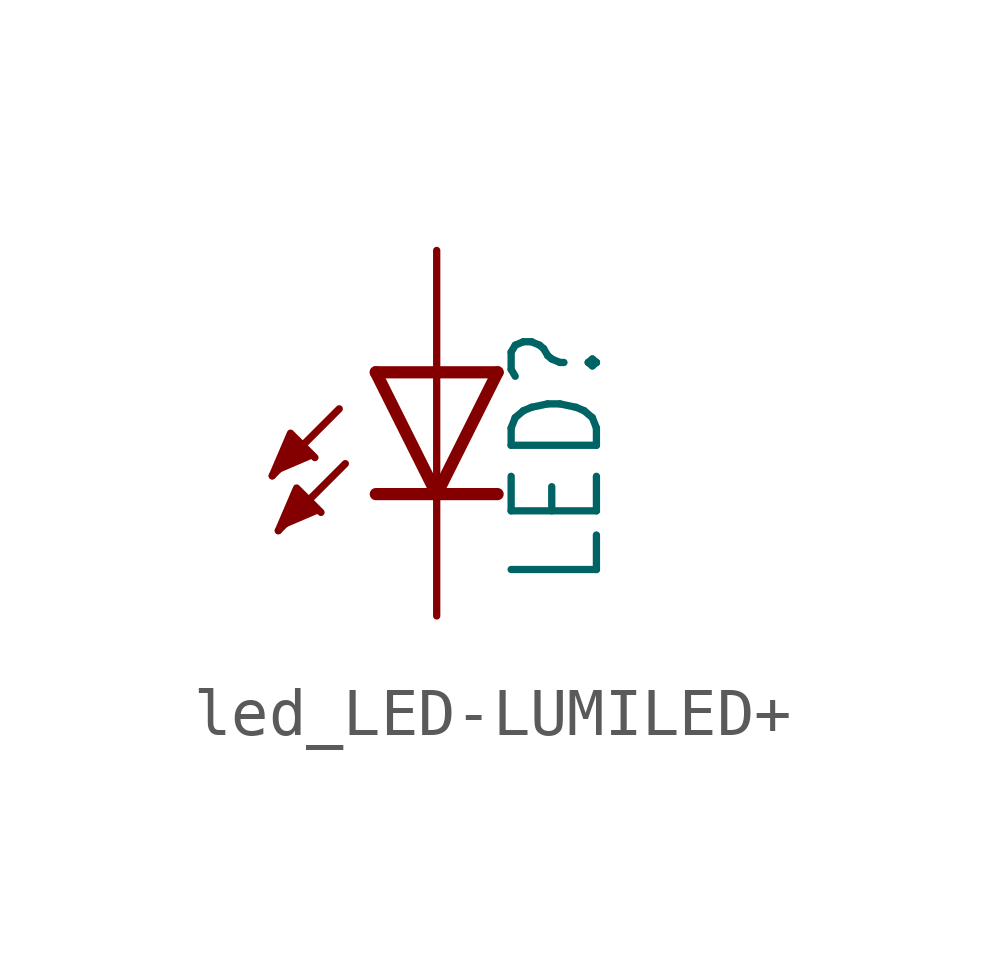
<source format=kicad_sym>
(kicad_symbol_lib
  (version 20231120)
  (generator "kicad_symbol_editor")
  (generator_version "8.0")
  (symbol "led_LED-LUMILED+"
    (property "Reference" "LED"
      (at 3.556 -4.572 90)
      (effects (font (size 1.778 1.511)) (justify left bottom)))
    (property "Value" ""
      (at 5.715 -4.572 90)
      (effects (font (size 1.778 1.511)) (justify left bottom)))
    (property "ki_locked" ""
      (at 0 0 0)
      (effects (font (size 1.27 1.27))))
    (symbol "led_LED-LUMILED+_1_0"
      (polyline (pts (xy -2.032 -0.762) (xy -3.429 -2.159)) (stroke (width 0.152) (type solid)) (fill (type none)))
      (polyline (pts (xy -1.905 -1.905) (xy -3.302 -3.302)) (stroke (width 0.152) (type solid)) (fill (type none)))
      (polyline (pts (xy 0 -2.54) (xy -1.27 -2.54)) (stroke (width 0.254) (type solid)) (fill (type none)))
      (polyline (pts (xy 0 -2.54) (xy -1.27 0)) (stroke (width 0.254) (type solid)) (fill (type none)))
      (polyline (pts (xy 0 0) (xy -1.27 0)) (stroke (width 0.254) (type solid)) (fill (type none)))
      (polyline (pts (xy 0 0) (xy 0 -2.54)) (stroke (width 0.152) (type solid)) (fill (type none)))
      (polyline (pts (xy 1.27 -2.54) (xy 0 -2.54)) (stroke (width 0.254) (type solid)) (fill (type none)))
      (polyline (pts (xy 1.27 0) (xy 0 -2.54)) (stroke (width 0.254) (type solid)) (fill (type none)))
      (polyline (pts (xy 1.27 0) (xy 0 0)) (stroke (width 0.254) (type solid)) (fill (type none)))
      (polyline (pts (xy -3.429 -2.159) (xy -3.048 -1.27) (xy -2.54 -1.778)) (stroke (width 0.152) (type solid)) (fill (type outline)))
      (polyline (pts (xy -3.302 -3.302) (xy -2.921 -2.413) (xy -2.413 -2.921)) (stroke (width 0.152) (type solid)) (fill (type outline)))
      (pin passive line (at 0 2.54 270) (length 2.54) (name "A" (effects (font (size 0 0)))) (number "2+" (effects (font (size 0 0)))))
      (pin passive line (at 0 -5.08 90) (length 2.54) (name "C" (effects (font (size 0 0)))) (number "4-" (effects (font (size 0 0))))))))
</source>
